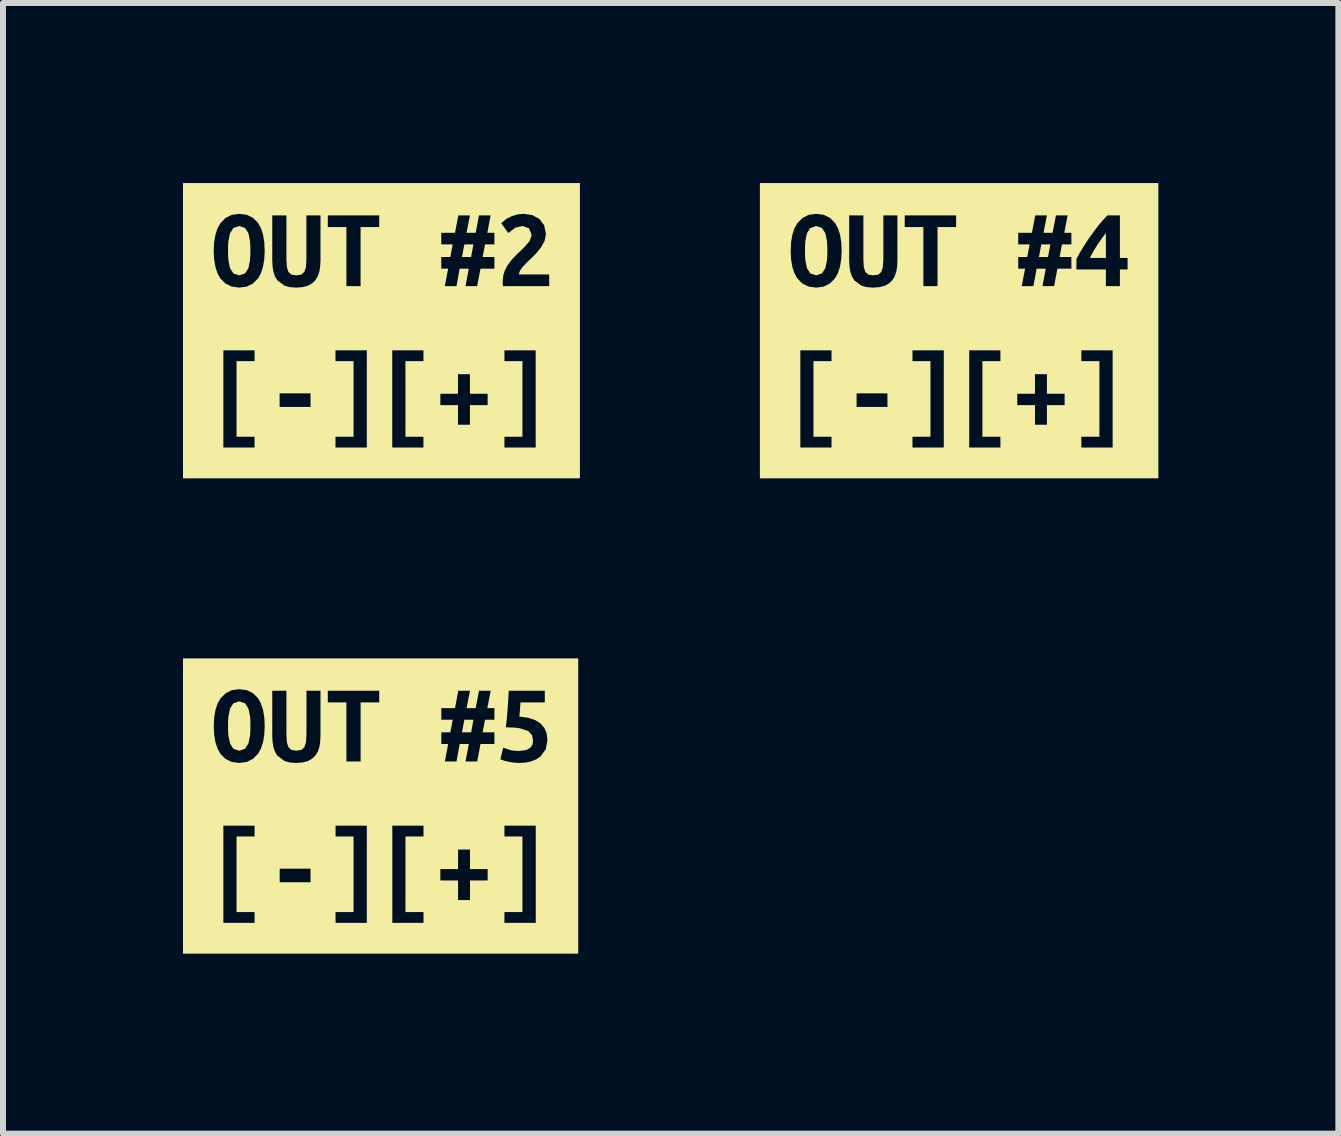
<source format=kicad_pcb>
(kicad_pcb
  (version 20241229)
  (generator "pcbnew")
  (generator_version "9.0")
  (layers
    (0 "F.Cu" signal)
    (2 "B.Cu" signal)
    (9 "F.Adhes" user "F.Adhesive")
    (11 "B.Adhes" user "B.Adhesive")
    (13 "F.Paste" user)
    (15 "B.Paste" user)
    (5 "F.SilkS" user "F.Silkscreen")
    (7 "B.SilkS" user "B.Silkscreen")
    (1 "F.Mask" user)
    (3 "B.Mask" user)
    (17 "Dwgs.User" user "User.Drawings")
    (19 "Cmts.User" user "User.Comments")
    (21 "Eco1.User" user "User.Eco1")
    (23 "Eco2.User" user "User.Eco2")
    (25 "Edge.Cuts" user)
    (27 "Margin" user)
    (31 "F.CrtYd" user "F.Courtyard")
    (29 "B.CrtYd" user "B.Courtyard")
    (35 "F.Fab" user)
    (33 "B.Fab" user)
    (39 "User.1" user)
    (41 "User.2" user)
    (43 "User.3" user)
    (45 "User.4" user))
  (footprint "label_OUT4"
    (layer "F.Cu")
    (at 12.937 2.462)
    (property "Reference" "label_OUT4" (at 0 -2.462 0) (layer "F.SilkS") (effects (font (size 0.001 0.001) (thickness 0.000003))))
    (attr exclude_from_pos_files exclude_from_bom)
    (fp_poly (pts (xy 1.33 -1.228) (xy 1.482 -1.228) (xy 1.52 -1.438) (xy 1.37 -1.438) (xy 1.33 -1.228)) (stroke (width 0) (type solid)) (fill yes) (layer "F.SilkS"))
    (fp_poly (pts (xy 2.446 -1.628) (xy 2.376 -1.535) (xy 2.304 -1.431) (xy 2.236 -1.322) (xy 2.179 -1.213) (xy 2.446 -1.213) (xy 2.446 -1.628)) (stroke (width 0) (type solid)) (fill yes) (layer "F.SilkS"))
    (fp_poly (pts (xy -2.57 -1.333) (xy -2.568 -1.25) (xy -2.563 -1.172) (xy -2.537 -1.042) (xy -2.48 -0.954) (xy -2.383 -0.922) (xy -2.287 -0.954) (xy -2.23 -1.043) (xy -2.203 -1.173) (xy -2.198 -1.25) (xy -2.196 -1.333) (xy -2.198 -1.416) (xy -2.203 -1.494) (xy -2.23 -1.625) (xy -2.286 -1.712) (xy -2.383 -1.745) (xy -2.48 -1.712) (xy -2.537 -1.624) (xy -2.563 -1.493) (xy -2.568 -1.416) (xy -2.57 -1.333)) (stroke (width 0) (type solid)) (fill yes) (layer "F.SilkS"))
    (fp_poly (pts (xy -2.808 -2.461) (xy -2.808 -1.333) (xy -2.801 -1.476) (xy -2.78 -1.6) (xy -2.745 -1.706) (xy -2.696 -1.793) (xy -2.611 -1.879) (xy -2.507 -1.931) (xy -2.383 -1.948) (xy -2.256 -1.931) (xy -2.15 -1.879) (xy -2.067 -1.793) (xy -2.019 -1.706) (xy -1.985 -1.6) (xy -1.965 -1.476) (xy -1.958 -1.333) (xy -1.965 -1.19) (xy -1.986 -1.066) (xy -1.788 -0.905) (xy -1.814 -0.983) (xy -1.828 -1.071) (xy -1.833 -1.169) (xy -1.833 -1.922) (xy -1.596 -1.922) (xy -1.596 -1.184) (xy -1.589 -1.06) (xy -1.563 -0.979) (xy -1.513 -0.935) (xy -1.431 -0.922) (xy -1.349 -0.935) (xy -1.297 -0.98) (xy -1.271 -1.062) (xy -1.263 -1.186) (xy -1.263 -1.922) (xy -1.029 -1.922) (xy -1.029 -1.169) (xy -1.033 -1.071) (xy -0.596 -1.727) (xy -0.907 -1.727) (xy -0.907 -1.922) (xy -0.05 -1.922) (xy -0.05 -1.727) (xy -0.36 -1.727) (xy -0.36 -0.743) (xy -0.596 -0.743) (xy -0.596 -1.727) (xy -1.033 -1.071) (xy -1.048 -0.983) (xy -1.074 -0.905) (xy -1.114 -0.84) (xy -1.17 -0.788) (xy -1.24 -0.749) (xy -1.328 -0.726) (xy 0.168 0.327) (xy 0.688 0.327) (xy 0.688 0.507) (xy 0.388 0.507) (xy 0.969 1.051) (xy 1.264 1.051) (xy 1.264 0.725) (xy 1.463 0.725) (xy 1.463 1.051) (xy 1.758 1.051) (xy 1.758 1.241) (xy 1.463 1.241) (xy 1.463 1.567) (xy 1.264 1.567) (xy 1.264 1.241) (xy 0.969 1.241) (xy 0.969 1.051) (xy 0.388 0.507) (xy 0.388 1.768) (xy 0.688 1.768) (xy 0.688 1.948) (xy 0.168 1.948) (xy 0.168 0.327) (xy -1.328 -0.726) (xy -1.434 -0.718) (xy -1.539 -0.726) (xy -1.626 -0.749) (xy -1.749 -0.84) (xy -1.788 -0.905) (xy -1.986 -1.066) (xy -2.02 -0.96) (xy -2.069 -0.873) (xy -2.153 -0.787) (xy -2.257 -0.735) (xy -2.381 -0.718) (xy -2.509 -0.735) (xy -2.615 -0.787) (xy -2.698 -0.873) (xy -2.746 -0.96) (xy -2.781 -1.066) (xy -2.801 -1.19) (xy -2.808 -1.333) (xy -2.808 -2.461) (xy -3.321 -2.461) (xy -2.647 0.327) (xy -2.127 0.327) (xy -2.127 0.507) (xy -2.428 0.507) (xy -2.428 1.768) (xy -2.127 1.768) (xy -2.127 1.948) (xy -2.647 1.948) (xy -2.647 0.327) (xy -3.321 -2.461) (xy -3.321 2.461) (xy -0.256 1.948) (xy -0.778 1.948) (xy -0.778 1.768) (xy -0.478 1.768) (xy -1.195 1.271) (xy -1.709 1.271) (xy -1.709 1.044) (xy -1.195 1.044) (xy -1.195 1.271) (xy -0.478 1.768) (xy -0.478 0.507) (xy -0.778 0.507) (xy -0.778 0.327) (xy -0.256 0.327) (xy -0.256 1.948) (xy -3.321 2.461) (xy -2.808 2.461) (xy 2.559 1.948) (xy 2.037 1.948) (xy 2.037 1.768) (xy 2.338 1.768) (xy 2.338 0.507) (xy 2.037 0.507) (xy 2.037 0.327) (xy 2.559 0.327) (xy 2.559 1.948) (xy -2.808 2.461) (xy 2.808 2.461) (xy 2.808 -1.021) (xy 2.68 -1.021) (xy 2.68 -0.743) (xy 2.446 -0.743) (xy 2.446 -1.021) (xy 1.955 -1.021) (xy 1.955 -1.192) (xy 1.996 -1.271) (xy 2.048 -1.361) (xy 2.108 -1.456) (xy 2.174 -1.554) (xy 2.244 -1.652) (xy 2.318 -1.749) (xy 2.395 -1.841) (xy 2.471 -1.922) (xy 2.68 -1.922) (xy 2.68 -1.213) (xy 2.808 -1.213) (xy 2.808 -1.021) (xy 2.808 2.461) (xy 3.321 2.461) (xy 3.321 -2.461) (xy 1.463 -1.922) (xy 1.406 -1.632) (xy 1.558 -1.632) (xy 1.614 -1.922) (xy 1.808 -1.922) (xy 1.753 -1.632) (xy 1.871 -1.632) (xy 1.871 -1.438) (xy 1.714 -1.438) (xy 1.674 -1.228) (xy 1.871 -1.228) (xy 1.871 -1.034) (xy 1.638 -1.034) (xy 1.583 -0.743) (xy 1.389 -0.743) (xy 1.444 -1.034) (xy 1.292 -1.034) (xy 1.238 -0.743) (xy 1.044 -0.743) (xy 1.099 -1.034) (xy 0.985 -1.034) (xy 0.985 -1.228) (xy 1.135 -1.228) (xy 1.175 -1.438) (xy 0.985 -1.438) (xy 0.985 -1.632) (xy 1.213 -1.632) (xy 1.269 -1.922) (xy 1.463 -1.922) (xy 3.321 -2.461) (xy 2.808 -2.461) (xy -2.808 -2.461)) (stroke (width 0) (type solid)) (fill yes) (layer "F.SilkS")))
  (footprint "label_OUT2"
    (layer "F.Cu")
    (at 3.308 2.462)
    (property "Reference" "label_OUT2" (at 0 -2.462 0) (layer "F.SilkS") (effects (font (size 0.001 0.001) (thickness 0.000003))))
    (attr exclude_from_pos_files exclude_from_bom)
    (fp_poly (pts (xy 1.342 -1.228) (xy 1.494 -1.228) (xy 1.533 -1.438) (xy 1.382 -1.438) (xy 1.342 -1.228)) (stroke (width 0) (type solid)) (fill yes) (layer "F.SilkS"))
    (fp_poly (pts (xy -2.557 -1.333) (xy -2.556 -1.25) (xy -2.551 -1.172) (xy -2.524 -1.042) (xy -2.468 -0.954) (xy -2.371 -0.922) (xy -2.275 -0.954) (xy -2.217 -1.043) (xy -2.191 -1.173) (xy -2.186 -1.25) (xy -2.184 -1.333) (xy -2.186 -1.416) (xy -2.191 -1.494) (xy -2.217 -1.625) (xy -2.274 -1.712) (xy -2.371 -1.745) (xy -2.468 -1.712) (xy -2.524 -1.624) (xy -2.551 -1.493) (xy -2.556 -1.416) (xy -2.557 -1.333)) (stroke (width 0) (type solid)) (fill yes) (layer "F.SilkS"))
    (fp_poly (pts (xy -2.796 -2.461) (xy -2.796 -1.333) (xy -2.789 -1.476) (xy -2.767 -1.6) (xy -2.732 -1.706) (xy -2.683 -1.793) (xy -2.599 -1.879) (xy -2.494 -1.931) (xy -2.371 -1.948) (xy -2.243 -1.931) (xy -2.138 -1.879) (xy -2.055 -1.793) (xy -2.007 -1.706) (xy -1.973 -1.6) (xy -1.953 -1.476) (xy -1.946 -1.333) (xy -1.953 -1.19) (xy -1.974 -1.066) (xy -1.775 -0.905) (xy -1.801 -0.983) (xy -1.815 -1.071) (xy -1.82 -1.169) (xy -1.82 -1.922) (xy -1.584 -1.922) (xy -1.584 -1.184) (xy -1.576 -1.06) (xy -1.551 -0.979) (xy -1.5 -0.935) (xy -1.418 -0.922) (xy -1.336 -0.935) (xy -1.285 -0.98) (xy -1.258 -1.062) (xy -1.251 -1.186) (xy -1.251 -1.922) (xy -1.016 -1.922) (xy -1.016 -1.169) (xy -1.021 -1.071) (xy -0.584 -1.727) (xy -0.894 -1.727) (xy -0.894 -1.922) (xy -0.037 -1.922) (xy -0.037 -1.727) (xy -0.348 -1.727) (xy -0.348 -0.743) (xy -0.584 -0.743) (xy -0.584 -1.727) (xy -1.021 -1.071) (xy -1.035 -0.983) (xy -1.062 -0.905) (xy -1.102 -0.84) (xy -1.157 -0.788) (xy -1.228 -0.749) (xy -1.315 -0.726) (xy 0.18 0.327) (xy 0.7 0.327) (xy 0.7 0.507) (xy 0.4 0.507) (xy 0.982 1.051) (xy 1.276 1.051) (xy 1.276 0.725) (xy 1.475 0.725) (xy 1.475 1.051) (xy 1.77 1.051) (xy 1.77 1.241) (xy 1.475 1.241) (xy 1.475 1.567) (xy 1.276 1.567) (xy 1.276 1.241) (xy 0.982 1.241) (xy 0.982 1.051) (xy 0.4 0.507) (xy 0.4 1.768) (xy 0.7 1.768) (xy 0.7 1.948) (xy 0.18 1.948) (xy 0.18 0.327) (xy -1.315 -0.726) (xy -1.422 -0.718) (xy -1.527 -0.726) (xy -1.614 -0.749) (xy -1.736 -0.84) (xy -1.775 -0.905) (xy -1.974 -1.066) (xy -2.008 -0.96) (xy -2.056 -0.873) (xy -2.14 -0.787) (xy -2.244 -0.735) (xy -2.369 -0.718) (xy -2.496 -0.735) (xy -2.602 -0.787) (xy -2.686 -0.873) (xy -2.734 -0.96) (xy -2.768 -1.066) (xy -2.789 -1.19) (xy -2.796 -1.333) (xy -2.796 -2.461) (xy -3.308 -2.461) (xy -2.635 0.327) (xy -2.115 0.327) (xy -2.115 0.507) (xy -2.415 0.507) (xy -2.415 1.768) (xy -2.115 1.768) (xy -2.115 1.948) (xy -2.635 1.948) (xy -2.635 0.327) (xy -3.308 -2.461) (xy -3.308 2.461) (xy -0.244 1.948) (xy -0.766 1.948) (xy -0.766 1.768) (xy -0.465 1.768) (xy -1.182 1.271) (xy -1.697 1.271) (xy -1.697 1.044) (xy -1.182 1.044) (xy -1.182 1.271) (xy -0.465 1.768) (xy -0.465 0.507) (xy -0.766 0.507) (xy -0.766 0.327) (xy -0.244 0.327) (xy -0.244 1.948) (xy -3.308 2.461) (xy -2.796 2.461) (xy 2.571 1.948) (xy 2.05 1.948) (xy 2.05 1.768) (xy 2.35 1.768) (xy 2.35 0.507) (xy 2.05 0.507) (xy 2.05 0.327) (xy 2.571 0.327) (xy 2.571 1.948) (xy -2.796 2.461) (xy 2.796 2.461) (xy 2.796 -0.743) (xy 2.026 -0.743) (xy 2.021 -0.79) (xy 2.022 -0.83) (xy 2.031 -0.922) (xy 2.057 -1.005) (xy 2.097 -1.082) (xy 2.147 -1.153) (xy 2.203 -1.218) (xy 2.263 -1.279) (xy 2.323 -1.336) (xy 2.379 -1.39) (xy 2.469 -1.493) (xy 2.504 -1.594) (xy 2.46 -1.706) (xy 2.35 -1.745) (xy 2.234 -1.718) (xy 2.114 -1.628) (xy 1.997 -1.792) (xy 2.08 -1.862) (xy 2.174 -1.91) (xy 2.273 -1.939) (xy 2.373 -1.948) (xy 2.512 -1.927) (xy 2.63 -1.865) (xy 2.712 -1.759) (xy 2.742 -1.611) (xy 2.719 -1.494) (xy 2.658 -1.385) (xy 2.573 -1.282) (xy 2.476 -1.186) (xy 2.418 -1.132) (xy 2.357 -1.067) (xy 2.309 -1) (xy 2.289 -0.937) (xy 2.796 -0.937) (xy 2.796 -0.743) (xy 2.796 2.461) (xy 3.308 2.461) (xy 3.308 -2.461) (xy 1.475 -1.922) (xy 1.418 -1.632) (xy 1.571 -1.632) (xy 1.626 -1.922) (xy 1.82 -1.922) (xy 1.765 -1.632) (xy 1.883 -1.632) (xy 1.883 -1.438) (xy 1.727 -1.438) (xy 1.687 -1.228) (xy 1.883 -1.228) (xy 1.883 -1.034) (xy 1.651 -1.034) (xy 1.595 -0.743) (xy 1.401 -0.743) (xy 1.456 -1.034) (xy 1.304 -1.034) (xy 1.251 -0.743) (xy 1.056 -0.743) (xy 1.112 -1.034) (xy 0.997 -1.034) (xy 0.997 -1.228) (xy 1.148 -1.228) (xy 1.188 -1.438) (xy 0.997 -1.438) (xy 0.997 -1.632) (xy 1.226 -1.632) (xy 1.281 -1.922) (xy 1.475 -1.922) (xy 3.308 -2.461) (xy 2.796 -2.461) (xy -2.796 -2.461)) (stroke (width 0) (type solid)) (fill yes) (layer "F.SilkS")))
  (footprint "label_OUT5"
    (layer "F.Cu")
    (at 3.294 10.385)
    (property "Reference" "label_OUT5" (at 0 -2.462 0) (layer "F.SilkS") (effects (font (size 0.001 0.001) (thickness 0.000003))))
    (attr exclude_from_pos_files exclude_from_bom)
    (fp_poly (pts (xy 1.356 -1.228) (xy 1.509 -1.228) (xy 1.547 -1.438) (xy 1.396 -1.438) (xy 1.356 -1.228)) (stroke (width 0) (type solid)) (fill yes) (layer "F.SilkS"))
    (fp_poly (pts (xy -2.543 -1.333) (xy -2.542 -1.25) (xy -2.537 -1.172) (xy -2.51 -1.042) (xy -2.454 -0.954) (xy -2.356 -0.922) (xy -2.26 -0.954) (xy -2.203 -1.043) (xy -2.176 -1.173) (xy -2.171 -1.25) (xy -2.17 -1.333) (xy -2.171 -1.416) (xy -2.176 -1.494) (xy -2.203 -1.625) (xy -2.259 -1.712) (xy -2.356 -1.745) (xy -2.454 -1.712) (xy -2.51 -1.624) (xy -2.537 -1.493) (xy -2.542 -1.416) (xy -2.543 -1.333)) (stroke (width 0) (type solid)) (fill yes) (layer "F.SilkS"))
    (fp_poly (pts (xy -2.781 -2.461) (xy -2.781 -1.333) (xy -2.774 -1.476) (xy -2.753 -1.6) (xy -2.718 -1.706) (xy -2.669 -1.793) (xy -2.584 -1.879) (xy -2.48 -1.931) (xy -2.356 -1.948) (xy -2.229 -1.931) (xy -2.124 -1.879) (xy -2.04 -1.793) (xy -1.993 -1.706) (xy -1.959 -1.6) (xy -1.938 -1.476) (xy -1.932 -1.333) (xy -1.939 -1.19) (xy -1.959 -1.066) (xy -1.761 -0.905) (xy -1.787 -0.983) (xy -1.801 -1.071) (xy -1.806 -1.169) (xy -1.806 -1.922) (xy -1.57 -1.922) (xy -1.57 -1.184) (xy -1.562 -1.06) (xy -1.536 -0.979) (xy -1.486 -0.935) (xy -1.404 -0.922) (xy -1.322 -0.935) (xy -1.271 -0.98) (xy -1.244 -1.062) (xy -1.236 -1.186) (xy -1.236 -1.922) (xy -1.002 -1.922) (xy -1.002 -1.169) (xy -1.007 -1.071) (xy -0.57 -1.727) (xy -0.88 -1.727) (xy -0.88 -1.922) (xy -0.023 -1.922) (xy -0.023 -1.727) (xy -0.333 -1.727) (xy -0.333 -0.743) (xy -0.57 -0.743) (xy -0.57 -1.727) (xy -1.007 -1.071) (xy -1.021 -0.983) (xy -1.047 -0.905) (xy -1.088 -0.84) (xy -1.143 -0.788) (xy -1.213 -0.749) (xy -1.301 -0.726) (xy -1.408 -0.718) (xy -1.513 -0.726) (xy -1.599 -0.749) (xy -1.722 -0.84) (xy -1.761 -0.905) (xy -1.959 -1.066) (xy -1.994 -0.96) (xy -2.042 -0.873) (xy -2.126 -0.787) (xy -2.23 -0.735) (xy -2.355 -0.718) (xy -2.482 -0.735) (xy -2.588 -0.787) (xy -2.672 -0.873) (xy -2.72 -0.96) (xy -2.754 -1.066) (xy -2.774 -1.19) (xy -2.781 -1.333) (xy -2.781 -2.461) (xy -3.294 -2.461) (xy -2.621 0.327) (xy -2.101 0.327) (xy -2.101 0.507) (xy -2.401 0.507) (xy -2.401 1.768) (xy -2.101 1.768) (xy -2.101 1.948) (xy -2.621 1.948) (xy -2.621 0.327) (xy -3.294 -2.461) (xy -3.294 2.461) (xy -0.23 1.948) (xy -0.751 1.948) (xy -0.751 1.768) (xy -0.451 1.768) (xy -1.168 1.271) (xy -1.682 1.271) (xy -1.682 1.044) (xy -1.168 1.044) (xy -1.168 1.271) (xy -0.451 1.768) (xy -0.451 0.507) (xy -0.751 0.507) (xy -0.751 0.327) (xy -0.23 0.327) (xy -0.23 1.948) (xy -3.294 2.461) (xy -2.781 2.461) (xy 2.781 2.461) (xy 0.715 1.768) (xy 0.715 1.948) (xy 0.195 1.948) (xy 0.195 0.327) (xy 0.715 0.327) (xy 0.715 0.507) (xy 0.414 0.507) (xy 0.996 1.051) (xy 1.291 1.051) (xy 1.291 0.725) (xy 1.49 0.725) (xy 1.49 1.051) (xy 1.784 1.051) (xy 1.784 1.241) (xy 2.364 1.768) (xy 2.364 0.507) (xy 2.064 0.507) (xy 2.064 0.327) (xy 2.586 0.327) (xy 2.586 1.948) (xy 2.064 1.948) (xy 2.064 1.768) (xy 2.364 1.768) (xy 1.784 1.241) (xy 1.49 1.241) (xy 1.49 1.567) (xy 1.291 1.567) (xy 1.291 1.241) (xy 0.996 1.241) (xy 0.996 1.051) (xy 0.414 0.507) (xy 0.414 1.768) (xy 0.715 1.768) (xy 2.781 2.461) (xy 3.294 2.461) (xy 2.665 -0.826) (xy 2.599 -0.781) (xy 2.518 -0.746) (xy 2.424 -0.725) (xy 2.315 -0.718) (xy 2.221 -0.723) (xy 2.13 -0.738) (xy 2.051 -0.758) (xy 1.996 -0.779) (xy 2.044 -0.973) (xy 2.151 -0.935) (xy 2.224 -0.922) (xy 2.313 -0.918) (xy 2.426 -0.933) (xy 2.497 -0.972) (xy 2.532 -1.026) (xy 2.541 -1.089) (xy 2.525 -1.18) (xy 2.46 -1.25) (xy 2.322 -1.296) (xy 2.219 -1.308) (xy 2.088 -1.312) (xy 2.105 -1.47) (xy 2.118 -1.625) (xy 2.128 -1.776) (xy 2.136 -1.922) (xy 2.737 -1.922) (xy 2.737 -1.727) (xy 2.332 -1.727) (xy 2.322 -1.6) (xy 2.313 -1.491) (xy 2.457 -1.472) (xy 2.574 -1.434) (xy 2.665 -1.377) (xy 2.73 -1.302) (xy 2.768 -1.209) (xy 2.781 -1.099) (xy 2.753 -0.947) (xy 2.665 -0.826) (xy 3.294 2.461) (xy 3.294 -2.461) (xy 1.49 -1.922) (xy 1.433 -1.632) (xy 1.585 -1.632) (xy 1.64 -1.922) (xy 1.835 -1.922) (xy 1.779 -1.632) (xy 1.897 -1.632) (xy 1.897 -1.438) (xy 1.741 -1.438) (xy 1.701 -1.228) (xy 1.897 -1.228) (xy 1.897 -1.034) (xy 1.665 -1.034) (xy 1.61 -0.743) (xy 1.415 -0.743) (xy 1.471 -1.034) (xy 1.318 -1.034) (xy 1.265 -0.743) (xy 1.071 -0.743) (xy 1.126 -1.034) (xy 1.012 -1.034) (xy 1.012 -1.228) (xy 1.162 -1.228) (xy 1.202 -1.438) (xy 1.012 -1.438) (xy 1.012 -1.632) (xy 1.24 -1.632) (xy 1.295 -1.922) (xy 1.49 -1.922) (xy 3.294 -2.461) (xy 2.781 -2.461) (xy -2.781 -2.461)) (stroke (width 0) (type solid)) (fill yes) (layer "F.SilkS")))
  (gr_rect
    (start -3 -3)
    (end 19.258 15.846)
    (stroke (width 0.1) (type default))
    (fill no)
    (layer "Edge.Cuts")))
</source>
